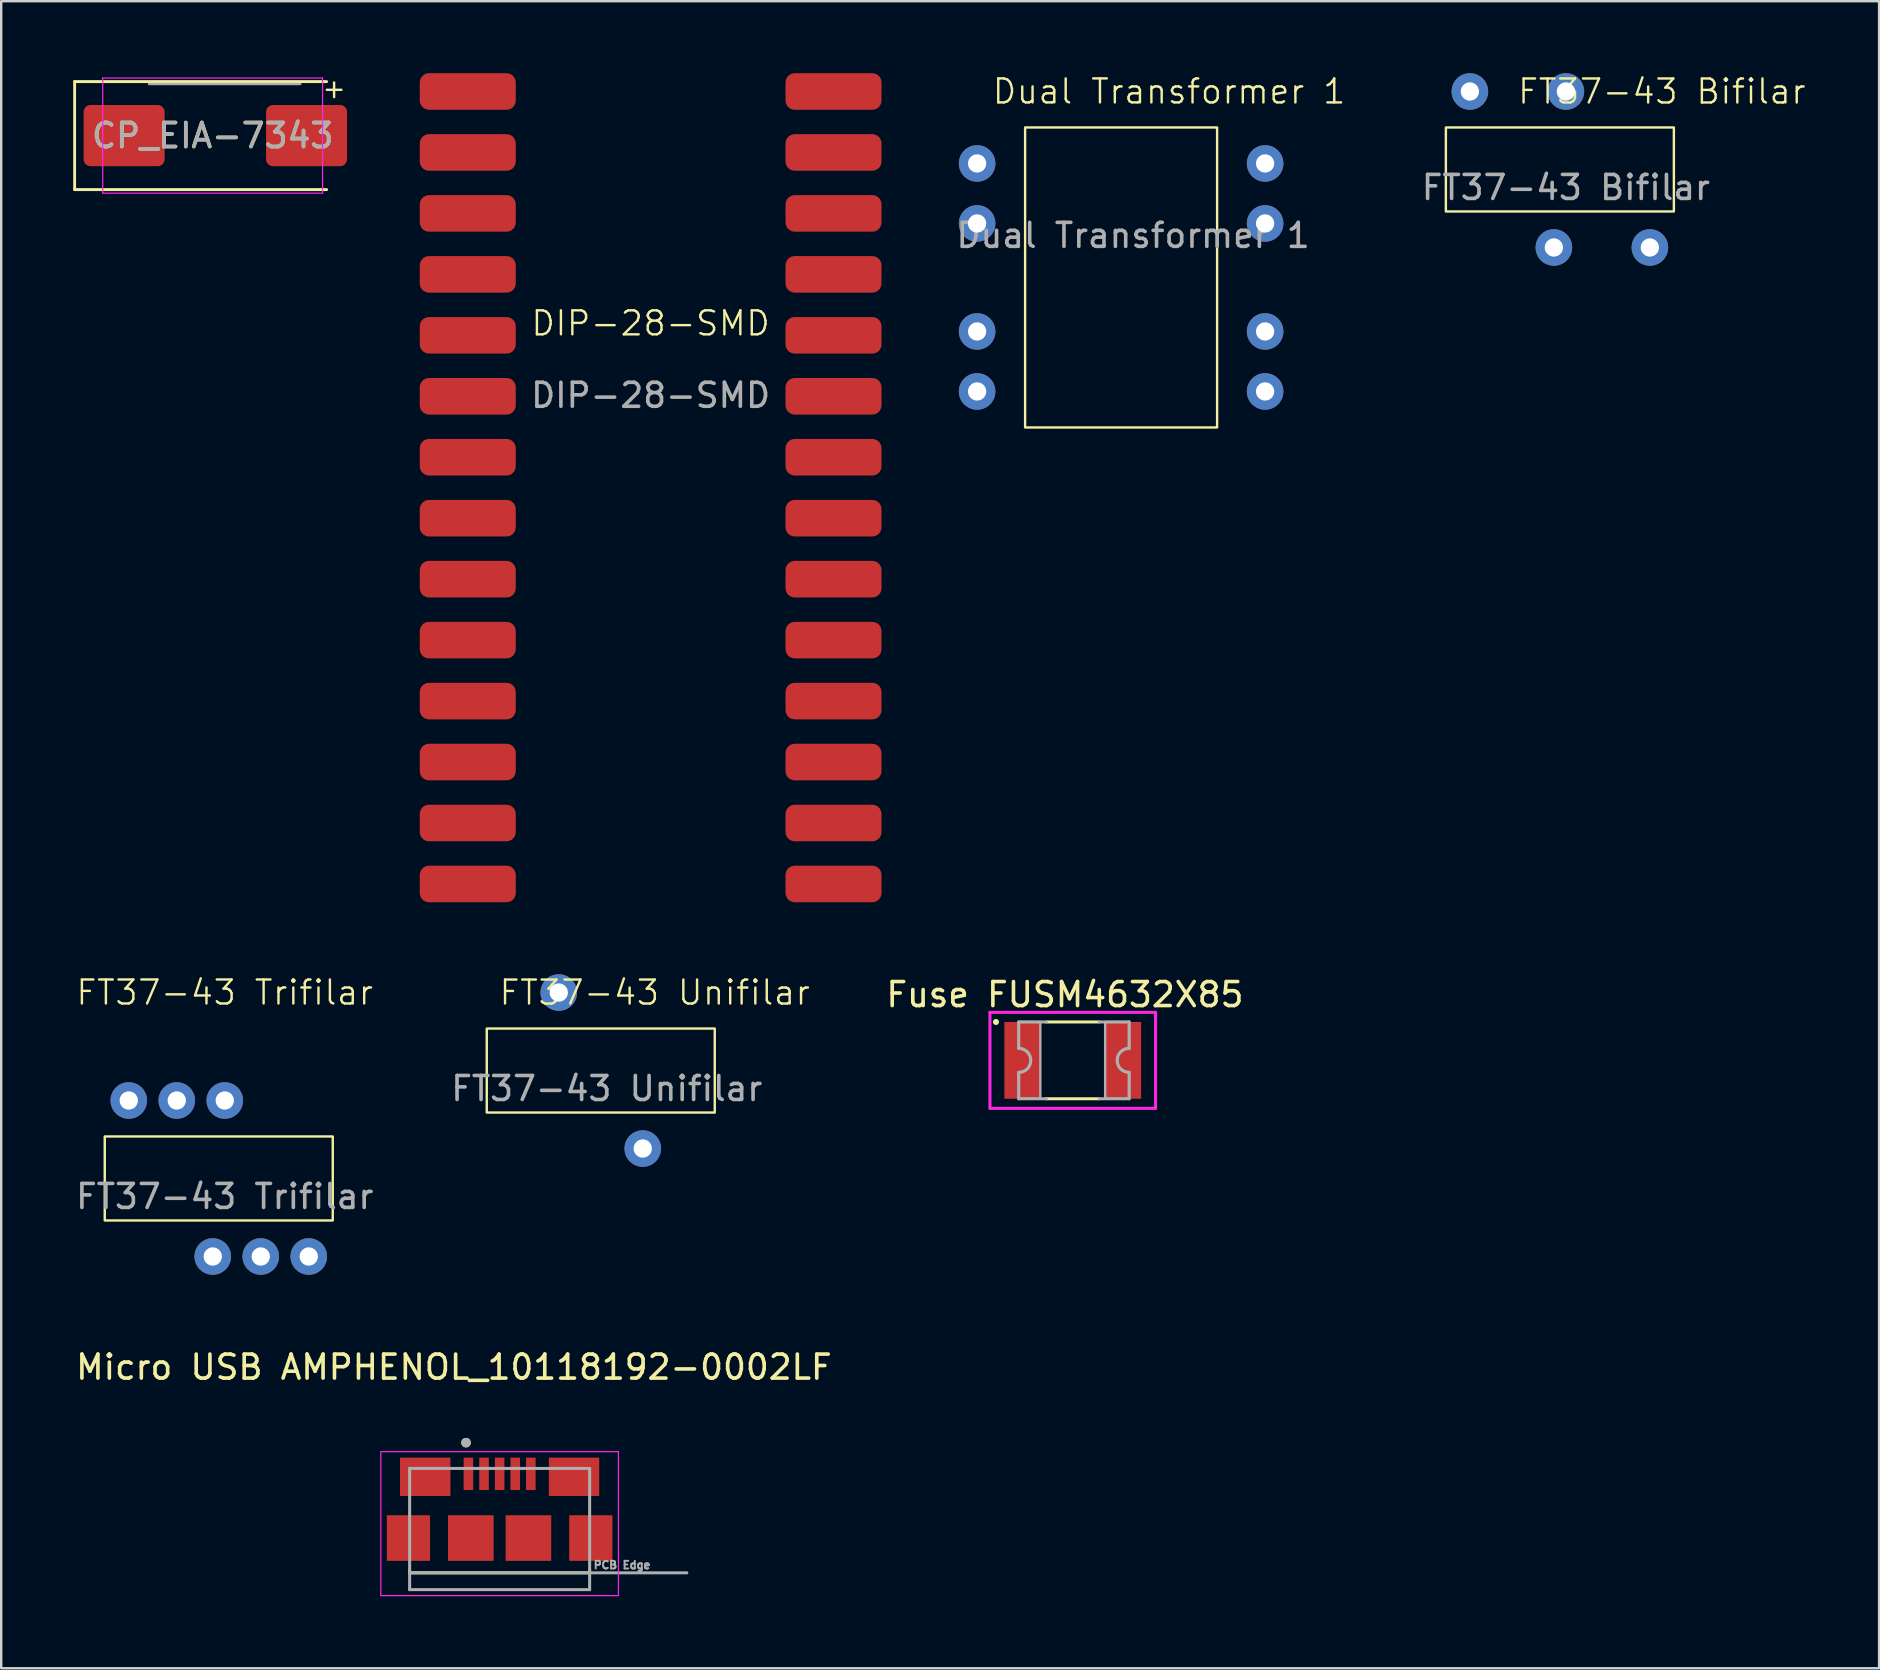
<source format=kicad_pcb>
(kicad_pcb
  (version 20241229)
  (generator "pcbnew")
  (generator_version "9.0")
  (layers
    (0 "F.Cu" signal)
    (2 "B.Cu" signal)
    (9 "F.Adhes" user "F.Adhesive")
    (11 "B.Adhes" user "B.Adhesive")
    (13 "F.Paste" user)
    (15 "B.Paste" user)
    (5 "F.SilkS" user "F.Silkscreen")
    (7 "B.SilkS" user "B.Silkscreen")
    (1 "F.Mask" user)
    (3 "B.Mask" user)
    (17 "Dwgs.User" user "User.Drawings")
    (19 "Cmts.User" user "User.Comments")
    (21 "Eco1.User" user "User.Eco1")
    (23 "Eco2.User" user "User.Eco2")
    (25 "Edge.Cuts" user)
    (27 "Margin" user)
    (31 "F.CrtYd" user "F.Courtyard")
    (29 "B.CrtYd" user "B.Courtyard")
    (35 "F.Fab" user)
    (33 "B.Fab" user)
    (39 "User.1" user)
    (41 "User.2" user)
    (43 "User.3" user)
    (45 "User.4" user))
  (footprint "Micro USB AMPHENOL_10118192-0002LF"
    (layer "F.Cu")
    (at 17.768 58.36)
    (property "Reference" "Micro USB AMPHENOL_10118192-0002LF" (at -1.905 -4.445 0) (layer "F.SilkS") (effects (font (size 1 1) (thickness 0.15))))
    (attr smd)
    (fp_line (start -3.75 4) (end -3.75 4.125) (stroke (width 0.127) (type solid)) (layer "F.SilkS"))
    (fp_line (start -3.75 4.125) (end 3.75 4.125) (stroke (width 0.127) (type solid)) (layer "F.SilkS"))
    (fp_line (start 3.75 4.125) (end 3.75 4) (stroke (width 0.127) (type solid)) (layer "F.SilkS"))
    (fp_circle (center -1.4 -1.3) (end -1.3 -1.3) (stroke (width 0.2) (type solid)) (fill no) (layer "F.SilkS"))
    (fp_line (start -4.95 -0.925) (end 4.95 -0.925) (stroke (width 0.05) (type solid)) (layer "F.CrtYd"))
    (fp_line (start -4.95 5.075) (end -4.95 -0.925) (stroke (width 0.05) (type solid)) (layer "F.CrtYd"))
    (fp_line (start 4.95 -0.925) (end 4.95 5.075) (stroke (width 0.05) (type solid)) (layer "F.CrtYd"))
    (fp_line (start 4.95 5.075) (end -4.95 5.075) (stroke (width 0.05) (type solid)) (layer "F.CrtYd"))
    (fp_line (start -3.75 -0.225) (end 3.75 -0.225) (stroke (width 0.127) (type solid)) (layer "F.Fab"))
    (fp_line (start -3.75 4.125) (end -3.75 -0.225) (stroke (width 0.127) (type solid)) (layer "F.Fab"))
    (fp_line (start -3.75 4.825) (end -3.75 4.125) (stroke (width 0.127) (type solid)) (layer "F.Fab"))
    (fp_line (start 3.75 -0.225) (end 3.75 4.125) (stroke (width 0.127) (type solid)) (layer "F.Fab"))
    (fp_line (start 3.75 4.125) (end -3.75 4.125) (stroke (width 0.127) (type solid)) (layer "F.Fab"))
    (fp_line (start 3.75 4.125) (end 3.75 4.825) (stroke (width 0.127) (type solid)) (layer "F.Fab"))
    (fp_line (start 3.75 4.125) (end 7.8 4.125) (stroke (width 0.127) (type solid)) (layer "F.Fab"))
    (fp_line (start 3.75 4.825) (end -3.75 4.825) (stroke (width 0.127) (type solid)) (layer "F.Fab"))
    (fp_circle (center -1.4 -1.3) (end -1.3 -1.3) (stroke (width 0.2) (type solid)) (fill no) (layer "F.Fab"))
    (fp_text user "PCB Edge" (at 5.1 3.8 0) (layer "F.Fab") (effects (font (size 0.32 0.32) (thickness 0.15))))
    (pad "1" smd rect (at -1.3 0) (size 0.4 1.35) (layers "F.Cu" "F.Mask" "F.Paste"))
    (pad "2" smd rect (at -0.65 0) (size 0.4 1.35) (layers "F.Cu" "F.Mask" "F.Paste"))
    (pad "3" smd rect (at 0 0) (size 0.4 1.35) (layers "F.Cu" "F.Mask" "F.Paste"))
    (pad "4" smd rect (at 0.65 0) (size 0.4 1.35) (layers "F.Cu" "F.Mask" "F.Paste"))
    (pad "5" smd rect (at 1.3 0) (size 0.4 1.35) (layers "F.Cu" "F.Mask" "F.Paste"))
    (pad "S1" smd rect (at -3.1 0.125) (size 2.1 1.6) (layers "F.Cu" "F.Mask" "F.Paste"))
    (pad "S2" smd rect (at 3.1 0.125) (size 2.1 1.6) (layers "F.Cu" "F.Mask" "F.Paste"))
    (pad "S3" smd rect (at -3.8 2.675) (size 1.8 1.9) (layers "F.Cu" "F.Mask" "F.Paste"))
    (pad "S4" smd rect (at -1.2 2.675) (size 1.9 1.9) (layers "F.Cu" "F.Mask" "F.Paste"))
    (pad "S5" smd rect (at 1.2 2.675) (size 1.9 1.9) (layers "F.Cu" "F.Mask" "F.Paste"))
    (pad "S6" smd rect (at 3.8 2.675) (size 1.8 1.9) (layers "F.Cu" "F.Mask" "F.Paste")))
  (footprint "FT37-43 Trifilar"
    (layer "F.Cu")
    (at 6.315 45.804)
    (property "Reference" "FT37-43 Trifilar" (at 0 -7.5 0) (unlocked yes) (layer "F.SilkS") (effects (font (size 1 1) (thickness 0.1))))
    (attr through_hole)
    (fp_rect (start -5 -1.5) (end 4.5 2) (stroke (width 0.1) (type default)) (fill no) (layer "F.SilkS"))
    (fp_text user "${REFERENCE}" (at 0 1 0) (unlocked yes) (layer "F.Fab") (effects (font (size 1 1) (thickness 0.15))))
    (pad "1" thru_hole circle (at -4 -3) (size 1.524 1.524) (drill 0.762) (layers "*.Cu" "*.Mask"))
    (pad "4" thru_hole circle (at -0.5 3.5) (size 1.524 1.524) (drill 0.762) (layers "*.Cu" "*.Mask"))
    (pad "5" thru_hole circle (at -2 -3) (size 1.524 1.524) (drill 0.762) (layers "*.Cu" "*.Mask"))
    (pad "6" thru_hole circle (at 1.5 3.5) (size 1.524 1.524) (drill 0.762) (layers "*.Cu" "*.Mask"))
    (pad "7" thru_hole circle (at 0 -3) (size 1.524 1.524) (drill 0.762) (layers "*.Cu" "*.Mask"))
    (pad "8" thru_hole circle (at 3.5 3.5) (size 1.524 1.524) (drill 0.762) (layers "*.Cu" "*.Mask")))
  (footprint "Fuse FUSM4632X85"
    (layer "F.Cu")
    (at 41.648 41.132)
    (property "Reference" "Fuse FUSM4632X85" (at -0.325 -2.739 0) (layer "F.SilkS") (effects (font (size 1.001 1.001) (thickness 0.15))))
    (attr smd)
    (fp_line (start -1.1 -1.6) (end 1.1 -1.6) (stroke (width 0.127) (type solid)) (layer "F.SilkS"))
    (fp_line (start 1.1 1.6) (end -1.1 1.6) (stroke (width 0.127) (type solid)) (layer "F.SilkS"))
    (fp_circle (center -3.2 -1.6) (end -3.073 -1.6) (stroke (width 0) (type solid)) (fill yes) (layer "F.SilkS"))
    (fp_line (start -3.45 -2) (end -3.45 2) (stroke (width 0.127) (type solid)) (layer "F.CrtYd"))
    (fp_line (start -3.45 2) (end 3.45 2) (stroke (width 0.127) (type solid)) (layer "F.CrtYd"))
    (fp_line (start 3.45 -2) (end -3.45 -2) (stroke (width 0.127) (type solid)) (layer "F.CrtYd"))
    (fp_line (start 3.45 2) (end 3.45 -2) (stroke (width 0.127) (type solid)) (layer "F.CrtYd"))
    (fp_line (start -2.25 -1.6) (end -2.25 -0.5) (stroke (width 0.127) (type solid)) (layer "F.Fab"))
    (fp_line (start -2.25 -1.6) (end -1.1 -1.6) (stroke (width 0.127) (type solid)) (layer "F.Fab"))
    (fp_line (start -2.25 1.6) (end -2.25 0.5) (stroke (width 0.127) (type solid)) (layer "F.Fab"))
    (fp_line (start -1.1 1.6) (end -2.25 1.6) (stroke (width 0.127) (type solid)) (layer "F.Fab"))
    (fp_line (start 1.1 -1.6) (end 2.35 -1.6) (stroke (width 0.127) (type solid)) (layer "F.Fab"))
    (fp_line (start 2.35 -1.6) (end 2.35 -0.5) (stroke (width 0.127) (type solid)) (layer "F.Fab"))
    (fp_line (start 2.35 0.5) (end 2.35 1.6) (stroke (width 0.127) (type solid)) (layer "F.Fab"))
    (fp_line (start 2.35 1.6) (end 1.1 1.6) (stroke (width 0.127) (type solid)) (layer "F.Fab"))
    (fp_arc (start -2.25 -0.5) (mid -1.75 0) (end -2.25 0.5) (stroke (width 0.127) (type solid)) (layer "F.Fab"))
    (fp_arc (start 2.35 0.5) (mid 1.85 0) (end 2.35 -0.5) (stroke (width 0.127) (type solid)) (layer "F.Fab"))
    (fp_poly (pts (xy -1.35 -1.6) (xy -2.25 -1.6) (xy -2.25 -0.5) (xy -2.224 -0.499) (xy -2.198 -0.497) (xy -2.172 -0.494) (xy -2.146 -0.489) (xy -2.121 -0.483) (xy -2.095 -0.476) (xy -2.071 -0.467) (xy -2.047 -0.457) (xy -2.023 -0.446) (xy -2 -0.433) (xy -1.978 -0.419) (xy -1.956 -0.405) (xy -1.935 -0.389) (xy -1.915 -0.372) (xy -1.896 -0.354) (xy -1.878 -0.335) (xy -1.861 -0.315) (xy -1.845 -0.294) (xy -1.831 -0.272) (xy -1.817 -0.25) (xy -1.804 -0.227) (xy -1.793 -0.203) (xy -1.783 -0.179) (xy -1.774 -0.155) (xy -1.767 -0.129) (xy -1.761 -0.104) (xy -1.756 -0.078) (xy -1.753 -0.052) (xy -1.751 -0.026) (xy -1.75 0) (xy -1.751 0.026) (xy -1.753 0.052) (xy -1.756 0.078) (xy -1.761 0.104) (xy -1.767 0.129) (xy -1.774 0.155) (xy -1.783 0.179) (xy -1.793 0.203) (xy -1.804 0.227) (xy -1.817 0.25) (xy -1.831 0.272) (xy -1.845 0.294) (xy -1.861 0.315) (xy -1.878 0.335) (xy -1.896 0.354) (xy -1.915 0.372) (xy -1.935 0.389) (xy -1.956 0.405) (xy -1.978 0.419) (xy -2 0.433) (xy -2.023 0.446) (xy -2.047 0.457) (xy -2.071 0.467) (xy -2.095 0.476) (xy -2.121 0.483) (xy -2.146 0.489) (xy -2.172 0.494) (xy -2.198 0.497) (xy -2.224 0.499) (xy -2.25 0.5) (xy -2.25 1.6) (xy -1.35 1.6) (xy -1.35 -1.6)) (stroke (width 0.1) (type solid)) (fill no) (layer "F.Fab"))
    (fp_poly (pts (xy 1.35 -1.6) (xy 1.35 1.6) (xy 2.35 1.6) (xy 2.35 0.5) (xy 2.324 0.499) (xy 2.298 0.497) (xy 2.272 0.494) (xy 2.246 0.489) (xy 2.221 0.483) (xy 2.195 0.476) (xy 2.171 0.467) (xy 2.147 0.457) (xy 2.123 0.446) (xy 2.1 0.433) (xy 2.078 0.419) (xy 2.056 0.405) (xy 2.035 0.389) (xy 2.015 0.372) (xy 1.996 0.354) (xy 1.978 0.335) (xy 1.961 0.315) (xy 1.945 0.294) (xy 1.931 0.272) (xy 1.917 0.25) (xy 1.904 0.227) (xy 1.893 0.203) (xy 1.883 0.179) (xy 1.874 0.155) (xy 1.867 0.129) (xy 1.861 0.104) (xy 1.856 0.078) (xy 1.853 0.052) (xy 1.851 0.026) (xy 1.85 0) (xy 1.851 -0.026) (xy 1.853 -0.052) (xy 1.856 -0.078) (xy 1.861 -0.104) (xy 1.867 -0.129) (xy 1.874 -0.155) (xy 1.883 -0.179) (xy 1.893 -0.203) (xy 1.904 -0.227) (xy 1.917 -0.25) (xy 1.931 -0.272) (xy 1.945 -0.294) (xy 1.961 -0.315) (xy 1.978 -0.335) (xy 1.996 -0.354) (xy 2.015 -0.372) (xy 2.035 -0.389) (xy 2.056 -0.405) (xy 2.078 -0.419) (xy 2.1 -0.433) (xy 2.123 -0.446) (xy 2.147 -0.457) (xy 2.171 -0.467) (xy 2.195 -0.476) (xy 2.221 -0.483) (xy 2.246 -0.489) (xy 2.272 -0.494) (xy 2.298 -0.497) (xy 2.324 -0.499) (xy 2.35 -0.5) (xy 2.35 -1.6) (xy 1.35 -1.6)) (stroke (width 0.1) (type solid)) (fill no) (layer "F.Fab"))
    (pad "1" smd rect (at -2.1 0) (size 1.5 3.2) (layers "F.Cu" "F.Mask" "F.Paste"))
    (pad "2" smd rect (at 2.1 0) (size 1.5 3.2) (layers "F.Cu" "F.Mask" "F.Paste")))
  (footprint "FT37-43 Bifilar"
    (layer "F.Cu")
    (at 62.195 3.762)
    (property "Reference" "FT37-43 Bifilar" (at 4 -3 0) (unlocked yes) (layer "F.SilkS") (effects (font (size 1 1) (thickness 0.1))))
    (attr through_hole)
    (fp_rect (start -5 -1.5) (end 4.5 2) (stroke (width 0.1) (type default)) (fill no) (layer "F.SilkS"))
    (fp_text user "${REFERENCE}" (at 0 1 0) (unlocked yes) (layer "F.Fab") (effects (font (size 1 1) (thickness 0.15))))
    (pad "1" thru_hole circle (at -4 -3) (size 1.524 1.524) (drill 0.762) (layers "*.Cu" "*.Mask"))
    (pad "2" thru_hole circle (at -0.5 3.5) (size 1.524 1.524) (drill 0.762) (layers "*.Cu" "*.Mask"))
    (pad "3" thru_hole circle (at 0 -3) (size 1.524 1.524) (drill 0.762) (layers "*.Cu" "*.Mask"))
    (pad "4" thru_hole circle (at 3.5 3.5) (size 1.524 1.524) (drill 0.762) (layers "*.Cu" "*.Mask")))
  (footprint "Dual Transformer 1"
    (layer "F.Cu")
    (at 43.663 3.76)
    (property "Reference" "Dual Transformer 1" (at 2 -3 0) (unlocked yes) (layer "F.SilkS") (effects (font (size 1 1) (thickness 0.1))))
    (attr through_hole)
    (fp_rect (start -4 -1.5) (end 4 11) (stroke (width 0.1) (type default)) (fill no) (layer "F.SilkS"))
    (fp_text user "${REFERENCE}" (at 0.5 3 0) (unlocked yes) (layer "F.Fab") (effects (font (size 1 1) (thickness 0.15))))
    (pad "1" thru_hole circle (at -6 0) (size 1.524 1.524) (drill 0.762) (layers "*.Cu" "*.Mask"))
    (pad "2" thru_hole circle (at 6 0) (size 1.524 1.524) (drill 0.762) (layers "*.Cu" "*.Mask"))
    (pad "3" thru_hole circle (at -6 2.5) (size 1.524 1.524) (drill 0.762) (layers "*.Cu" "*.Mask"))
    (pad "4" thru_hole circle (at 6 2.5) (size 1.524 1.524) (drill 0.762) (layers "*.Cu" "*.Mask"))
    (pad "5" thru_hole circle (at -6 7) (size 1.524 1.524) (drill 0.762) (layers "*.Cu" "*.Mask"))
    (pad "6" thru_hole circle (at 6 7) (size 1.524 1.524) (drill 0.762) (layers "*.Cu" "*.Mask"))
    (pad "7" thru_hole circle (at -6 9.5) (size 1.524 1.524) (drill 0.762) (layers "*.Cu" "*.Mask"))
    (pad "8" thru_hole circle (at 6 9.5) (size 1.524 1.524) (drill 0.762) (layers "*.Cu" "*.Mask")))
  (footprint "DIP-28-SMD"
    (layer "F.Cu")
    (at 24.06 10.922)
    (property "Reference" "DIP-28-SMD" (at 0 -0.5 0) (unlocked yes) (layer "F.SilkS") (effects (font (size 1 1) (thickness 0.1))))
    (attr smd)
    (fp_text user "${REFERENCE}" (at 0 2.5 0) (unlocked yes) (layer "F.Fab") (effects (font (size 1 1) (thickness 0.15))))
    (pad "1" smd roundrect (at 7.62 -10.16) (size 4 1.524) (layers "F.Cu" "F.Mask" "F.Paste") (roundrect_rratio 0.25))
    (pad "2" smd roundrect (at 7.62 -7.62) (size 4 1.524) (layers "F.Cu" "F.Mask" "F.Paste") (roundrect_rratio 0.25))
    (pad "3" smd roundrect (at 7.62 -5.08) (size 4 1.524) (layers "F.Cu" "F.Mask" "F.Paste") (roundrect_rratio 0.25))
    (pad "4" smd roundrect (at 7.62 -2.54) (size 4 1.524) (layers "F.Cu" "F.Mask" "F.Paste") (roundrect_rratio 0.25))
    (pad "5" smd roundrect (at 7.62 0) (size 4 1.524) (layers "F.Cu" "F.Mask" "F.Paste") (roundrect_rratio 0.25))
    (pad "6" smd roundrect (at 7.62 2.54) (size 4 1.524) (layers "F.Cu" "F.Mask" "F.Paste") (roundrect_rratio 0.25))
    (pad "7" smd roundrect (at 7.62 5.08) (size 4 1.524) (layers "F.Cu" "F.Mask" "F.Paste") (roundrect_rratio 0.25))
    (pad "8" smd roundrect (at 7.62 7.62) (size 4 1.524) (layers "F.Cu" "F.Mask" "F.Paste") (roundrect_rratio 0.25))
    (pad "9" smd roundrect (at 7.62 10.16) (size 4 1.524) (layers "F.Cu" "F.Mask" "F.Paste") (roundrect_rratio 0.25))
    (pad "10" smd roundrect (at 7.62 12.7) (size 4 1.524) (layers "F.Cu" "F.Mask" "F.Paste") (roundrect_rratio 0.25))
    (pad "11" smd roundrect (at 7.62 15.24) (size 4 1.524) (layers "F.Cu" "F.Mask" "F.Paste") (roundrect_rratio 0.25))
    (pad "12" smd roundrect (at 7.62 17.78) (size 4 1.524) (layers "F.Cu" "F.Mask" "F.Paste") (roundrect_rratio 0.25))
    (pad "13" smd roundrect (at 7.62 20.32) (size 4 1.524) (layers "F.Cu" "F.Mask" "F.Paste") (roundrect_rratio 0.25))
    (pad "14" smd roundrect (at 7.62 22.86) (size 4 1.524) (layers "F.Cu" "F.Mask" "F.Paste") (roundrect_rratio 0.25))
    (pad "15" smd roundrect (at -7.62 22.86) (size 4 1.524) (layers "F.Cu" "F.Mask" "F.Paste") (roundrect_rratio 0.25))
    (pad "16" smd roundrect (at -7.62 20.32) (size 4 1.524) (layers "F.Cu" "F.Mask" "F.Paste") (roundrect_rratio 0.25))
    (pad "17" smd roundrect (at -7.62 17.78) (size 4 1.524) (layers "F.Cu" "F.Mask" "F.Paste") (roundrect_rratio 0.25))
    (pad "18" smd roundrect (at -7.62 15.24) (size 4 1.524) (layers "F.Cu" "F.Mask" "F.Paste") (roundrect_rratio 0.25))
    (pad "19" smd roundrect (at -7.62 12.7) (size 4 1.524) (layers "F.Cu" "F.Mask" "F.Paste") (roundrect_rratio 0.25))
    (pad "20" smd roundrect (at -7.62 10.16) (size 4 1.524) (layers "F.Cu" "F.Mask" "F.Paste") (roundrect_rratio 0.25))
    (pad "21" smd roundrect (at -7.62 7.62) (size 4 1.524) (layers "F.Cu" "F.Mask" "F.Paste") (roundrect_rratio 0.25))
    (pad "22" smd roundrect (at -7.62 5.08) (size 4 1.524) (layers "F.Cu" "F.Mask" "F.Paste") (roundrect_rratio 0.25))
    (pad "23" smd roundrect (at -7.62 2.54) (size 4 1.524) (layers "F.Cu" "F.Mask" "F.Paste") (roundrect_rratio 0.25))
    (pad "24" smd roundrect (at -7.62 0) (size 4 1.524) (layers "F.Cu" "F.Mask" "F.Paste") (roundrect_rratio 0.25))
    (pad "25" smd roundrect (at -7.62 -2.54) (size 4 1.524) (layers "F.Cu" "F.Mask" "F.Paste") (roundrect_rratio 0.25))
    (pad "26" smd roundrect (at -7.62 -5.08) (size 4 1.524) (layers "F.Cu" "F.Mask" "F.Paste") (roundrect_rratio 0.25))
    (pad "27" smd roundrect (at -7.62 -7.62) (size 4 1.524) (layers "F.Cu" "F.Mask" "F.Paste") (roundrect_rratio 0.25))
    (pad "28" smd roundrect (at -7.62 -10.16) (size 4 1.524) (layers "F.Cu" "F.Mask" "F.Paste") (roundrect_rratio 0.25)))
  (footprint "FT37-43 Unifilar"
    (layer "F.Cu")
    (at 22.232 41.306)
    (property "Reference" "FT37-43 Unifilar" (at 2 -3 0) (unlocked yes) (layer "F.SilkS") (effects (font (size 1 1) (thickness 0.1))))
    (attr through_hole)
    (fp_rect (start -5 -1.5) (end 4.5 2) (stroke (width 0.1) (type default)) (fill no) (layer "F.SilkS"))
    (fp_text user "${REFERENCE}" (at 0 1 0) (unlocked yes) (layer "F.Fab") (effects (font (size 1 1) (thickness 0.15))))
    (pad "1" thru_hole circle (at -2 -3) (size 1.524 1.524) (drill 0.762) (layers "*.Cu" "*.Mask"))
    (pad "2" thru_hole circle (at 1.5 3.5) (size 1.524 1.524) (drill 0.762) (layers "*.Cu" "*.Mask")))
  (footprint "CP_EIA-7343"
    (layer "F.Cu")
    (at 5.81 2.6)
    (property "Reference" "CP_EIA-7343" (at 0 0 0) (layer "F.SilkS") (effects (font (size 1 1) (thickness 0.15))))
    (attr smd)
    (fp_line (start -5.75 -2.25) (end -5.75 2.25) (stroke (width 0.12) (type solid)) (layer "F.SilkS"))
    (fp_line (start -5.75 2.25) (end 4.75 2.25) (stroke (width 0.12) (type solid)) (layer "F.SilkS"))
    (fp_line (start 4.75 -2.25) (end -5.75 -2.25) (stroke (width 0.12) (type solid)) (layer "F.SilkS"))
    (fp_line (start -4.58 -2.4) (end 4.58 -2.4) (stroke (width 0.05) (type solid)) (layer "F.CrtYd"))
    (fp_line (start -4.58 2.4) (end -4.58 -2.4) (stroke (width 0.05) (type solid)) (layer "F.CrtYd"))
    (fp_line (start 4.58 -2.4) (end 4.58 2.4) (stroke (width 0.05) (type solid)) (layer "F.CrtYd"))
    (fp_line (start 4.58 2.4) (end -4.58 2.4) (stroke (width 0.05) (type solid)) (layer "F.CrtYd"))
    (fp_line (start 3.65 -2.15) (end -2.65 -2.15) (stroke (width 0.1) (type solid)) (layer "F.Fab"))
    (fp_text user "+" (at 4.5 -1.5 0) (unlocked yes) (layer "F.SilkS") (effects (font (size 0.8 0.8) (thickness 0.1)) (justify left bottom)))
    (fp_text user "${REFERENCE}" (at 0 0 0) (layer "F.Fab") (effects (font (size 1 1) (thickness 0.15))))
    (pad "1" smd roundrect (at -3.688 0) (size 3.375 2.55) (layers "F.Cu" "F.Mask" "F.Paste") (roundrect_rratio 0.111))
    (pad "2" smd roundrect (at 3.913 0) (size 3.375 2.55) (layers "F.Cu" "F.Mask" "F.Paste") (roundrect_rratio 0.111)))
  (gr_rect
    (start -3 -3)
    (end 75.245 66.46)
    (stroke (width 0.1) (type default))
    (fill no)
    (layer "Edge.Cuts")))
</source>
